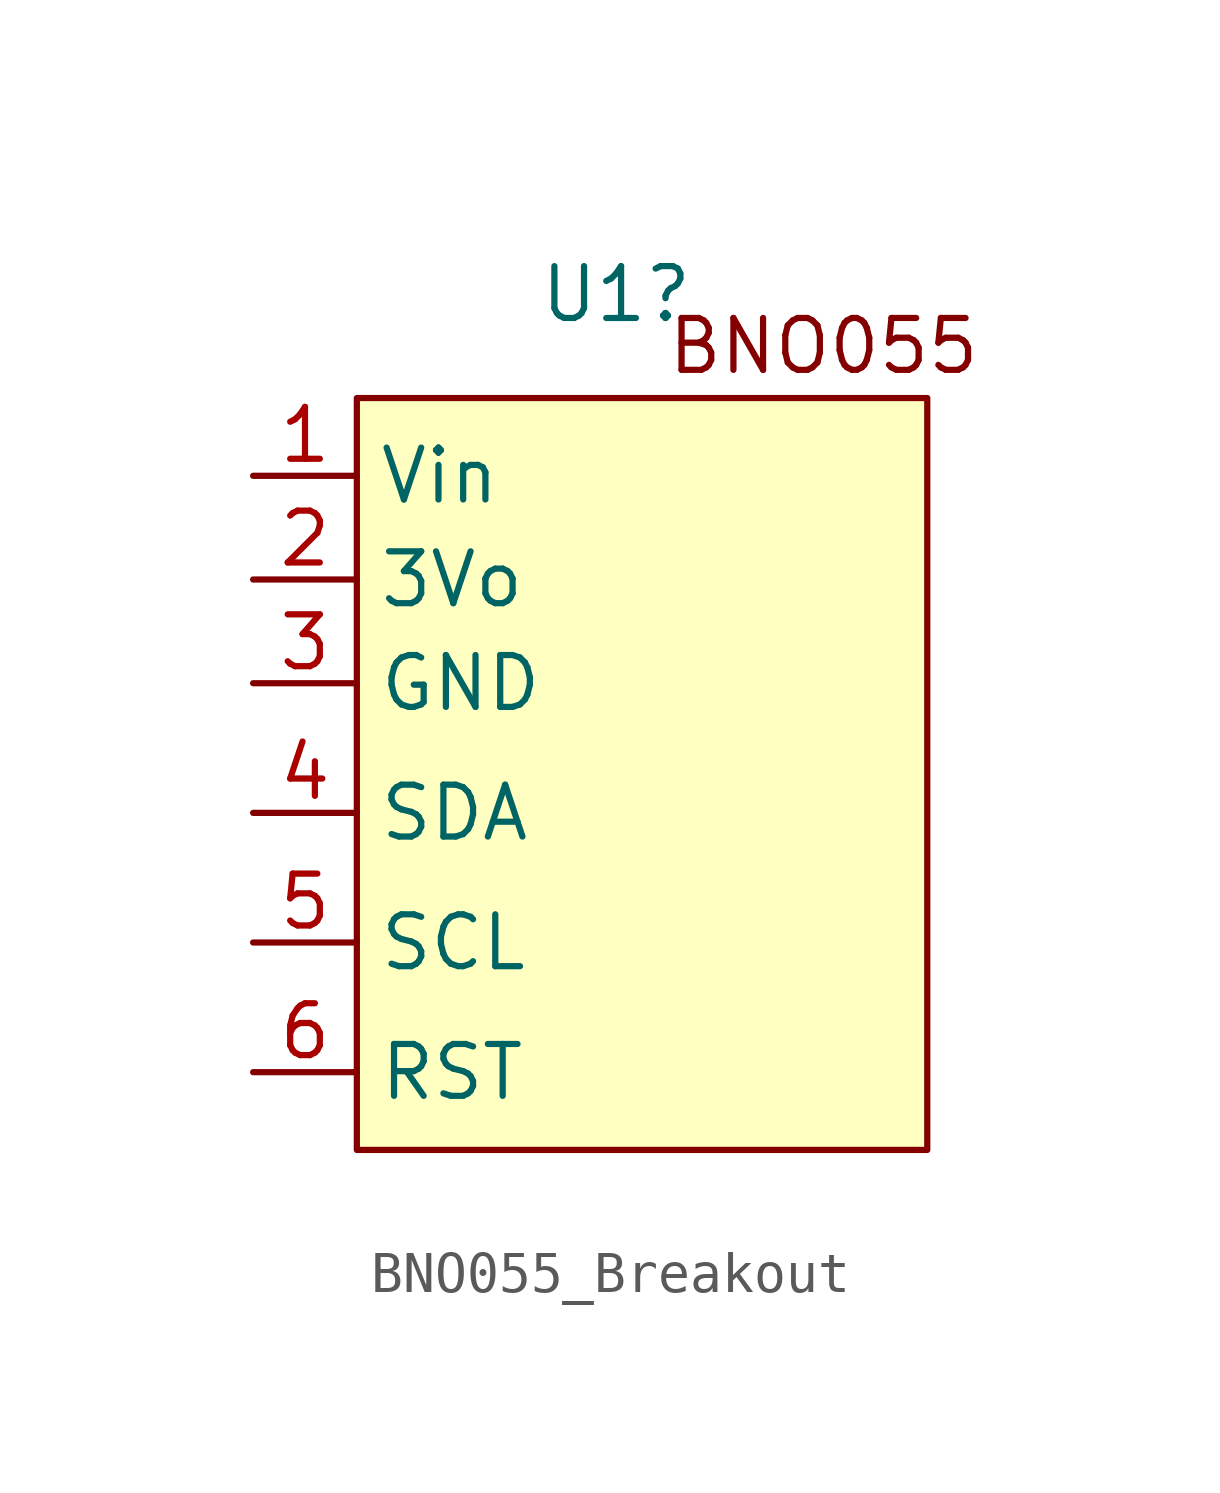
<source format=kicad_sym>
(kicad_symbol_lib
  (version 20220914)
  (generator kicad_symbol_editor)
  (symbol "BNO055_Breakout"
    (property "Reference" "U1"
      (at -24.765 4.445 0)
      (effects (font (size 1.27 1.27))))
    (property "Value" ""
      (at -22.225 1.905 90)
      (effects (font (size 1.27 1.27))))
    (symbol "BNO055_Breakout_1_1"
      (rectangle (start -31.115 1.905) (end -17.145 -16.51) (stroke (width 0) (type default)) (fill (type background)))
      (text "BNO055" (at -19.685 3.175 0) (effects (font (size 1.27 1.27))))
      (pin power_in line (at -33.655 0 0) (length 2.54) (name "Vin" (effects (font (size 1.27 1.27)))) (number "1" (effects (font (size 1.27 1.27)))))
      (pin power_in line (at -33.655 -2.54 0) (length 2.54) (name "3Vo" (effects (font (size 1.27 1.27)))) (number "2" (effects (font (size 1.27 1.27)))))
      (pin power_in line (at -33.655 -5.08 0) (length 2.54) (name "GND" (effects (font (size 1.27 1.27)))) (number "3" (effects (font (size 1.27 1.27)))))
      (pin bidirectional line (at -33.655 -8.255 0) (length 2.54) (name "SDA" (effects (font (size 1.27 1.27)))) (number "4" (effects (font (size 1.27 1.27)))))
      (pin bidirectional line (at -33.655 -11.43 0) (length 2.54) (name "SCL" (effects (font (size 1.27 1.27)))) (number "5" (effects (font (size 1.27 1.27)))))
      (pin input line (at -33.655 -14.605 0) (length 2.54) (name "RST" (effects (font (size 1.27 1.27)))) (number "6" (effects (font (size 1.27 1.27))))))))
</source>
